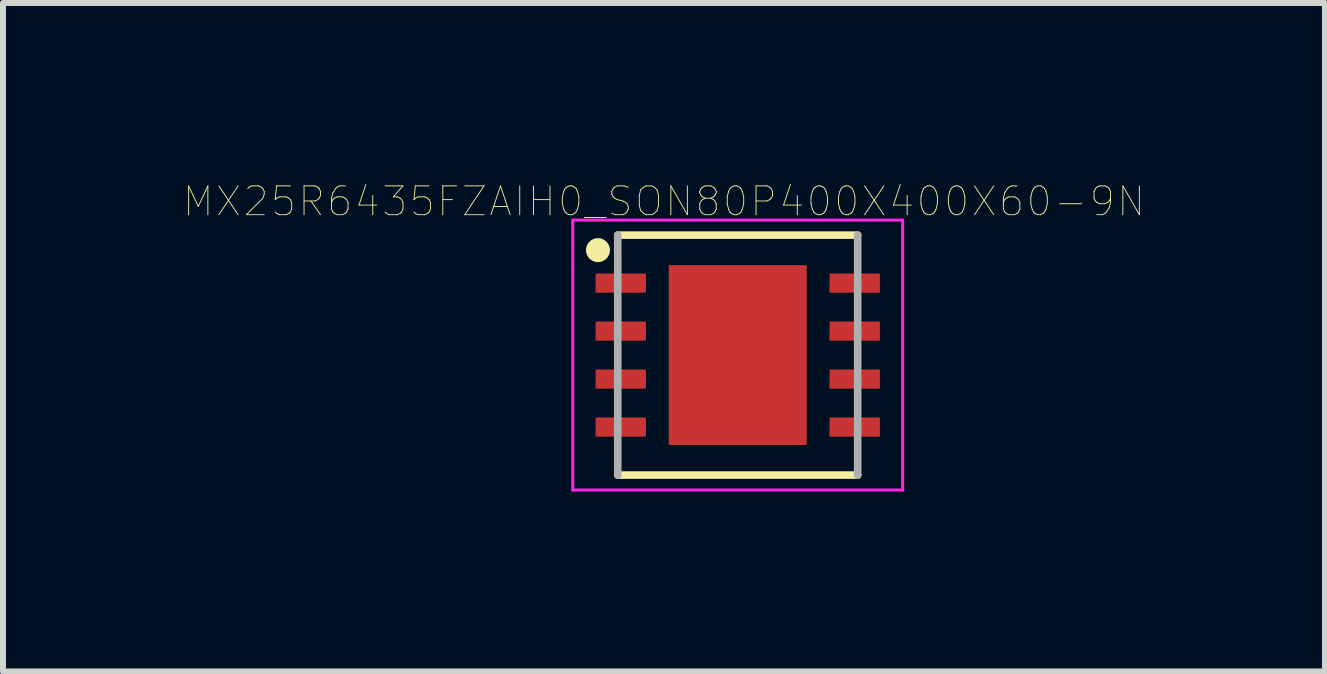
<source format=kicad_pcb>
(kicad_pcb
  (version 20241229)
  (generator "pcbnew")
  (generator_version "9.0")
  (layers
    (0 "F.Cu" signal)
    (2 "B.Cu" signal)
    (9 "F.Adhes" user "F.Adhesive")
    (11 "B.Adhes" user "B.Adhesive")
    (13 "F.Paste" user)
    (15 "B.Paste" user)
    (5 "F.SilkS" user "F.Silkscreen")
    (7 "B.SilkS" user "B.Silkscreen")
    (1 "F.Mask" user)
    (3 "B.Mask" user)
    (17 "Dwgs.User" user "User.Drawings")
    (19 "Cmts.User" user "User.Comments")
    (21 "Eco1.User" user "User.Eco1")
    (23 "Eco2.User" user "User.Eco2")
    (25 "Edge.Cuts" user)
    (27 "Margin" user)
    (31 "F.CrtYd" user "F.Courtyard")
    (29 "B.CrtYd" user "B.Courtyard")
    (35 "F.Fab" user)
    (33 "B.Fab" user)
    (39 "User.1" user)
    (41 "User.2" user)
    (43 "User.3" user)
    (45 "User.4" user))
  (footprint "MX25R6435FZAIH0_SON80P400X400X60-9N"
    (layer "F.Cu")
    (at 9.249 2.87)
    (property "Reference" "MX25R6435FZAIH0_SON80P400X400X60-9N" (at -1.229 -2.562 0) (layer "F.SilkS") (effects (font (size 0.481 0.481) (thickness 0.015))))
    (attr through_hole)
    (fp_line (start -2 2) (end 2 2) (stroke (width 0.127) (type solid)) (layer "F.SilkS"))
    (fp_line (start 2 -2) (end -2 -2) (stroke (width 0.127) (type solid)) (layer "F.SilkS"))
    (fp_circle (center -2.33 -1.75) (end -2.13 -1.75) (stroke (width 0) (type solid)) (fill yes) (layer "F.SilkS"))
    (fp_poly (pts (xy -0.898 -1.245) (xy -0.125 -1.245) (xy -0.125 -0.125) (xy -0.898 -0.125)) (stroke (width 0.01) (type solid)) (fill yes) (layer "F.Paste"))
    (fp_poly (pts (xy -0.897 0.125) (xy -0.125 0.125) (xy -0.125 1.247) (xy -0.897 1.247)) (stroke (width 0.01) (type solid)) (fill yes) (layer "F.Paste"))
    (fp_poly (pts (xy 0.125 0.125) (xy 0.895 0.125) (xy 0.895 1.248) (xy 0.125 1.248)) (stroke (width 0.01) (type solid)) (fill yes) (layer "F.Paste"))
    (fp_poly (pts (xy 0.125 -1.245) (xy 0.895 -1.245) (xy 0.895 -0.125) (xy 0.125 -0.125)) (stroke (width 0.01) (type solid)) (fill yes) (layer "F.Paste"))
    (fp_line (start -2.75 -2.25) (end 2.75 -2.25) (stroke (width 0.05) (type solid)) (layer "F.CrtYd"))
    (fp_line (start -2.75 2.25) (end -2.75 -2.25) (stroke (width 0.05) (type solid)) (layer "F.CrtYd"))
    (fp_line (start 2.75 -2.25) (end 2.75 2.25) (stroke (width 0.05) (type solid)) (layer "F.CrtYd"))
    (fp_line (start 2.75 2.25) (end -2.75 2.25) (stroke (width 0.05) (type solid)) (layer "F.CrtYd"))
    (fp_line (start -2 -2) (end -2 2) (stroke (width 0.127) (type solid)) (layer "F.Fab"))
    (fp_line (start 2 2) (end 2 -2) (stroke (width 0.127) (type solid)) (layer "F.Fab"))
    (pad "1" smd rect (at -1.95 -1.2) (size 0.84 0.32) (layers "F.Cu" "F.Mask" "F.Paste"))
    (pad "2" smd rect (at -1.95 -0.4) (size 0.84 0.32) (layers "F.Cu" "F.Mask" "F.Paste"))
    (pad "3" smd rect (at -1.95 0.4) (size 0.84 0.32) (layers "F.Cu" "F.Mask" "F.Paste"))
    (pad "4" smd rect (at -1.95 1.2) (size 0.84 0.32) (layers "F.Cu" "F.Mask" "F.Paste"))
    (pad "5" smd rect (at 1.95 1.2) (size 0.84 0.32) (layers "F.Cu" "F.Mask" "F.Paste"))
    (pad "6" smd rect (at 1.95 0.4) (size 0.84 0.32) (layers "F.Cu" "F.Mask" "F.Paste"))
    (pad "7" smd rect (at 1.95 -0.4) (size 0.84 0.32) (layers "F.Cu" "F.Mask" "F.Paste"))
    (pad "8" smd rect (at 1.95 -1.2) (size 0.84 0.32) (layers "F.Cu" "F.Mask" "F.Paste"))
    (pad "9" smd rect (at 0 0) (size 2.3 3) (layers "F.Cu" "F.Mask")))
  (gr_rect
    (start -3 -3)
    (end 19.039 8.145)
    (stroke (width 0.1) (type default))
    (fill no)
    (layer "Edge.Cuts")))
</source>
